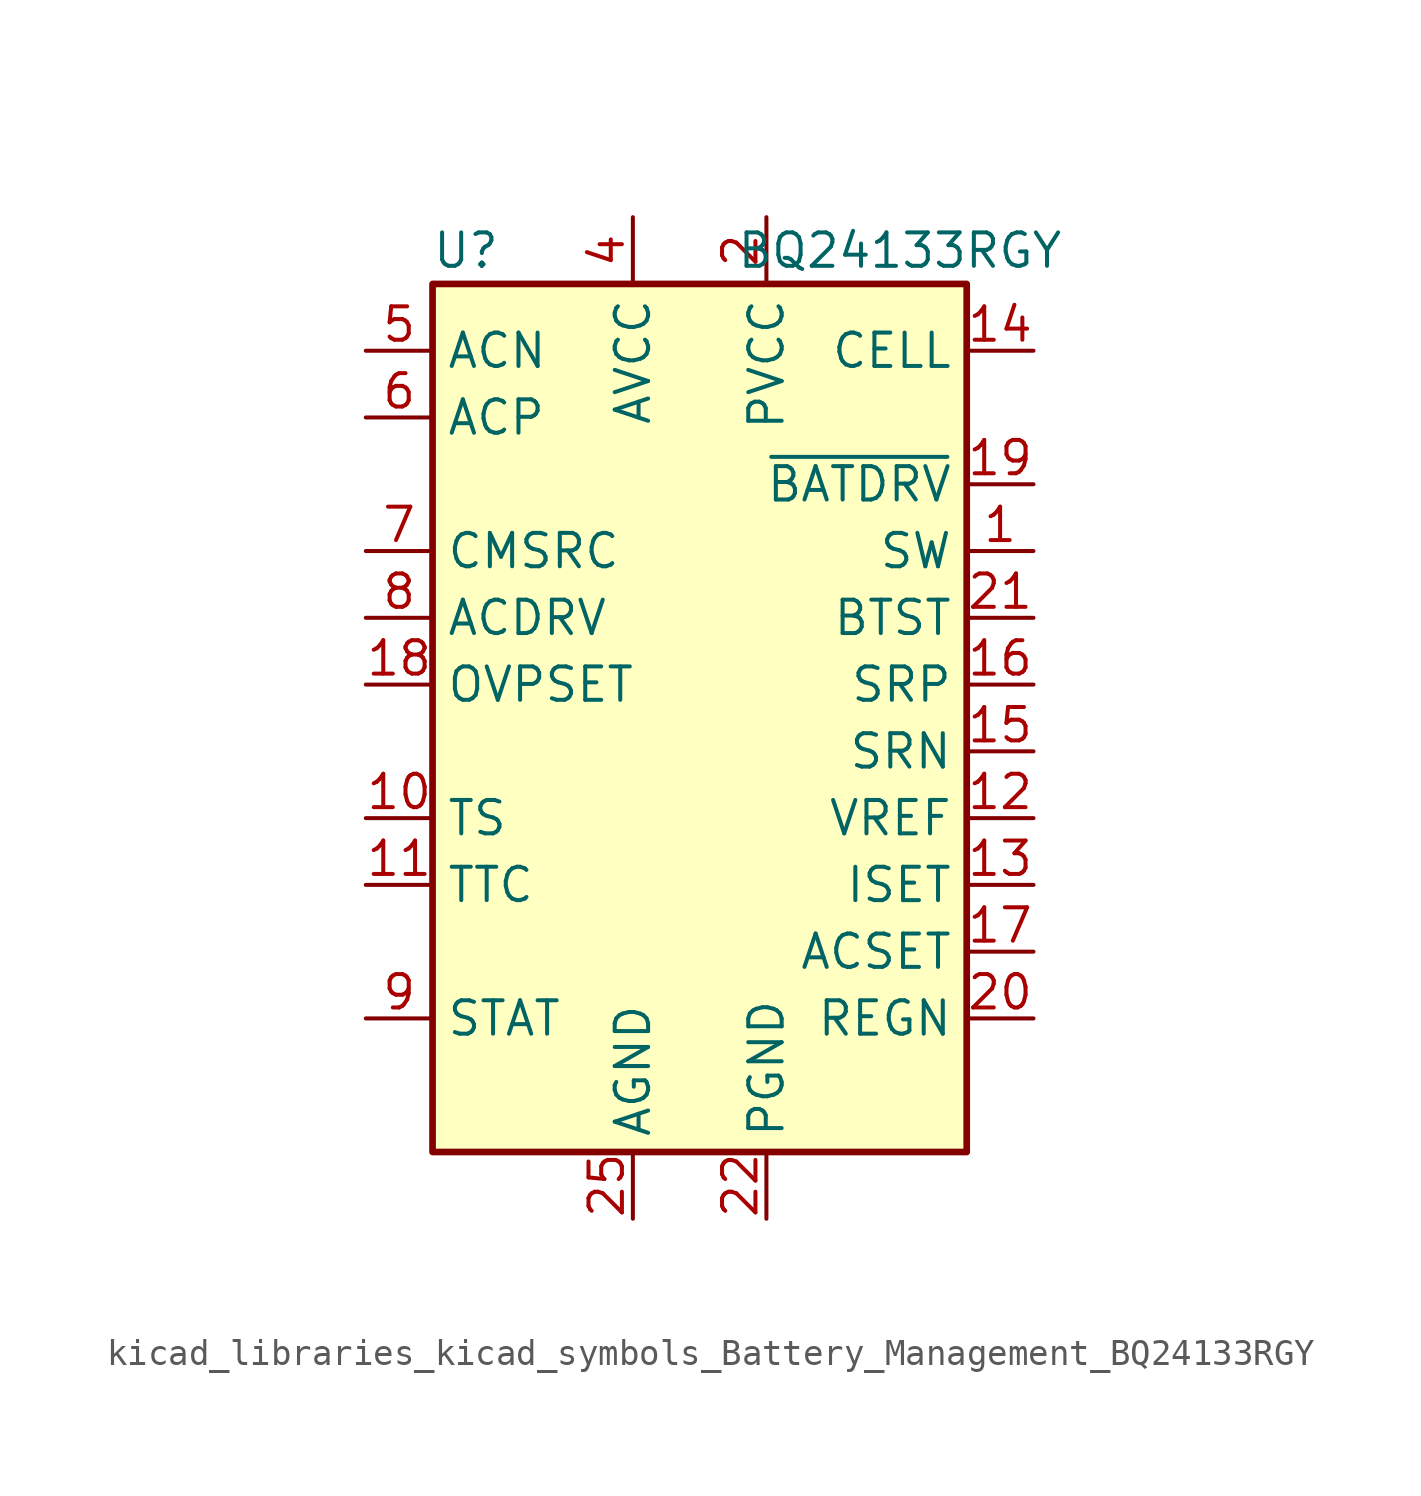
<source format=kicad_sym>
(kicad_symbol_lib
  (version 20220914)
  (generator kicad_symbol_editor)
  (symbol "kicad_libraries_kicad_symbols_Battery_Management_BQ24133RGY"
    (property "Reference" "U"
      (at -8.89 19.05 0)
      (effects (font (size 1.27 1.27))))
    (property "Value" "BQ24133RGY"
      (at 7.62 19.05 0)
      (effects (font (size 1.27 1.27))))
    (symbol "kicad_libraries_kicad_symbols_Battery_Management_BQ24133RGY_0_1"
      (rectangle (start -10.16 -15.24) (end 10.16 17.78) (stroke (width 0.254) (type default)) (fill (type background))))
    (symbol "kicad_libraries_kicad_symbols_Battery_Management_BQ24133RGY_1_1"
      (pin power_out line (at 12.7 7.62 180) (length 2.54) (name "SW" (effects (font (size 1.27 1.27)))) (number "1" (effects (font (size 1.27 1.27)))))
      (pin input line (at -12.7 -2.54 0) (length 2.54) (name "TS" (effects (font (size 1.27 1.27)))) (number "10" (effects (font (size 1.27 1.27)))))
      (pin passive line (at -12.7 -5.08 0) (length 2.54) (name "TTC" (effects (font (size 1.27 1.27)))) (number "11" (effects (font (size 1.27 1.27)))))
      (pin power_out line (at 12.7 -2.54 180) (length 2.54) (name "VREF" (effects (font (size 1.27 1.27)))) (number "12" (effects (font (size 1.27 1.27)))))
      (pin input line (at 12.7 -5.08 180) (length 2.54) (name "ISET" (effects (font (size 1.27 1.27)))) (number "13" (effects (font (size 1.27 1.27)))))
      (pin passive line (at 12.7 15.24 180) (length 2.54) (name "CELL" (effects (font (size 1.27 1.27)))) (number "14" (effects (font (size 1.27 1.27)))))
      (pin input line (at 12.7 0 180) (length 2.54) (name "SRN" (effects (font (size 1.27 1.27)))) (number "15" (effects (font (size 1.27 1.27)))))
      (pin input line (at 12.7 2.54 180) (length 2.54) (name "SRP" (effects (font (size 1.27 1.27)))) (number "16" (effects (font (size 1.27 1.27)))))
      (pin input line (at 12.7 -7.62 180) (length 2.54) (name "ACSET" (effects (font (size 1.27 1.27)))) (number "17" (effects (font (size 1.27 1.27)))))
      (pin input line (at -12.7 2.54 0) (length 2.54) (name "OVPSET" (effects (font (size 1.27 1.27)))) (number "18" (effects (font (size 1.27 1.27)))))
      (pin output line (at 12.7 10.16 180) (length 2.54) (name "~{BATDRV}" (effects (font (size 1.27 1.27)))) (number "19" (effects (font (size 1.27 1.27)))))
      (pin power_in line (at 2.54 20.32 270) (length 2.54) (name "PVCC" (effects (font (size 1.27 1.27)))) (number "2" (effects (font (size 1.27 1.27)))))
      (pin passive line (at 12.7 -10.16 180) (length 2.54) (name "REGN" (effects (font (size 1.27 1.27)))) (number "20" (effects (font (size 1.27 1.27)))))
      (pin passive line (at 12.7 5.08 180) (length 2.54) (name "BTST" (effects (font (size 1.27 1.27)))) (number "21" (effects (font (size 1.27 1.27)))))
      (pin power_in line (at 2.54 -17.78 90) (length 2.54) (name "PGND" (effects (font (size 1.27 1.27)))) (number "22" (effects (font (size 1.27 1.27)))))
      (pin passive line (at 2.54 -17.78 90) (length 2.54) hide (name "PGND" (effects (font (size 1.27 1.27)))) (number "23" (effects (font (size 1.27 1.27)))))
      (pin passive line (at 12.7 7.62 180) (length 2.54) hide (name "SW" (effects (font (size 1.27 1.27)))) (number "24" (effects (font (size 1.27 1.27)))))
      (pin power_in line (at -2.54 -17.78 90) (length 2.54) (name "AGND" (effects (font (size 1.27 1.27)))) (number "25" (effects (font (size 1.27 1.27)))))
      (pin passive line (at 2.54 20.32 270) (length 2.54) hide (name "PVCC" (effects (font (size 1.27 1.27)))) (number "3" (effects (font (size 1.27 1.27)))))
      (pin power_in line (at -2.54 20.32 270) (length 2.54) (name "AVCC" (effects (font (size 1.27 1.27)))) (number "4" (effects (font (size 1.27 1.27)))))
      (pin input line (at -12.7 15.24 0) (length 2.54) (name "ACN" (effects (font (size 1.27 1.27)))) (number "5" (effects (font (size 1.27 1.27)))))
      (pin input line (at -12.7 12.7 0) (length 2.54) (name "ACP" (effects (font (size 1.27 1.27)))) (number "6" (effects (font (size 1.27 1.27)))))
      (pin output line (at -12.7 7.62 0) (length 2.54) (name "CMSRC" (effects (font (size 1.27 1.27)))) (number "7" (effects (font (size 1.27 1.27)))))
      (pin output line (at -12.7 5.08 0) (length 2.54) (name "ACDRV" (effects (font (size 1.27 1.27)))) (number "8" (effects (font (size 1.27 1.27)))))
      (pin open_collector line (at -12.7 -10.16 0) (length 2.54) (name "STAT" (effects (font (size 1.27 1.27)))) (number "9" (effects (font (size 1.27 1.27))))))))
</source>
